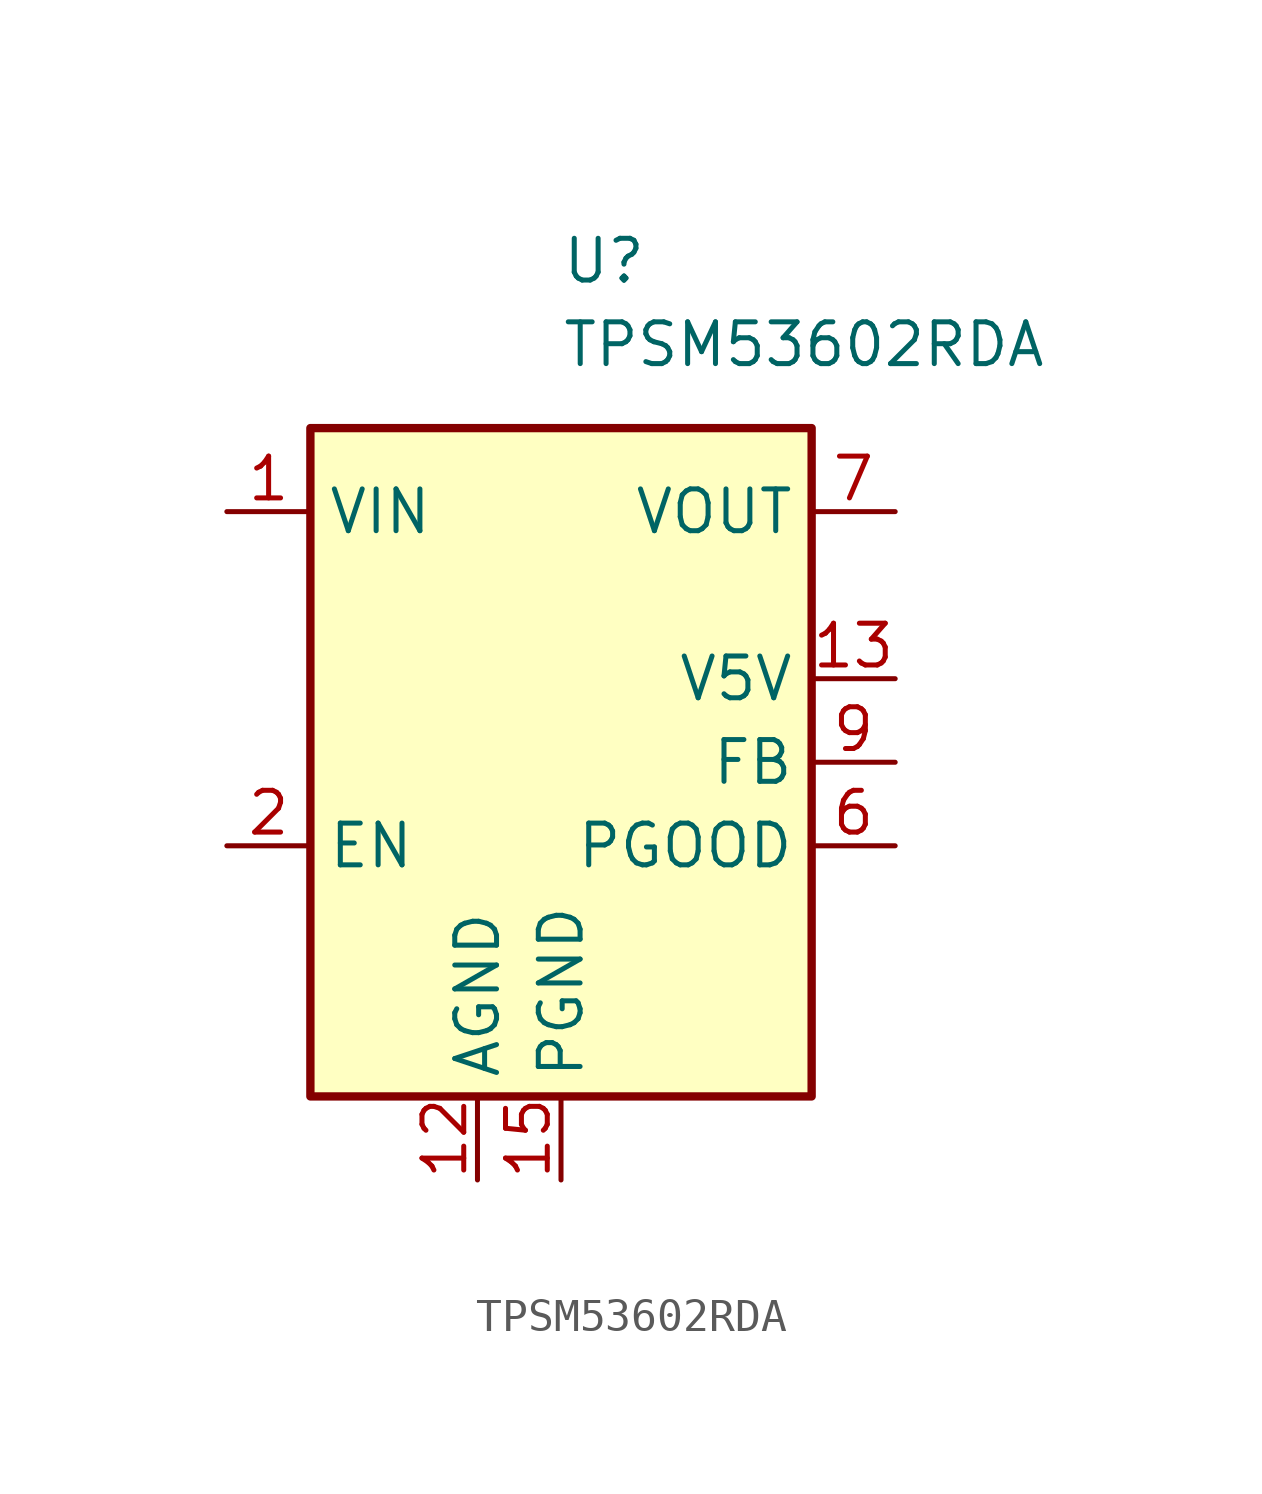
<source format=kicad_sym>
(kicad_symbol_lib
  (version 20200908)
  (generator kicad_symbol_editor)
  (symbol "Converter_DCDC:TPSM53602RDA"
    (property "Reference" "U"
      (at 0 15.24 0)
      (effects (font (size 1.27 1.27)) (justify left)))
    (property "Value" "TPSM53602RDA"
      (at 0 12.7 0)
      (effects (font (size 1.27 1.27)) (justify left)))
    (symbol "TPSM53602RDA_0_1"
      (rectangle (start 7.62 10.16) (end -7.62 -10.16) (stroke (width 0.254)) (fill (type background))))
    (symbol "TPSM53602RDA_1_1"
      (pin power_in line (at -10.16 7.62 0) (length 2.54) (name "VIN" (effects (font (size 1.27 1.27)))) (number "1" (effects (font (size 1.27 1.27)))))
      (pin passive line (at 0 -12.7 90) (length 2.54) hide (name "PGND" (effects (font (size 1.27 1.27)))) (number "10" (effects (font (size 1.27 1.27)))))
      (pin passive line (at 0 -12.7 90) (length 2.54) hide (name "PGND" (effects (font (size 1.27 1.27)))) (number "11" (effects (font (size 1.27 1.27)))))
      (pin power_in line (at -2.54 -12.7 90) (length 2.54) (name "AGND" (effects (font (size 1.27 1.27)))) (number "12" (effects (font (size 1.27 1.27)))))
      (pin output line (at 10.16 2.54 180) (length 2.54) (name "V5V" (effects (font (size 1.27 1.27)))) (number "13" (effects (font (size 1.27 1.27)))))
      (pin passive line (at -10.16 7.62 0) (length 2.54) hide (name "VIN" (effects (font (size 1.27 1.27)))) (number "14" (effects (font (size 1.27 1.27)))))
      (pin power_in line (at 0 -12.7 90) (length 2.54) (name "PGND" (effects (font (size 1.27 1.27)))) (number "15" (effects (font (size 1.27 1.27)))))
      (pin input line (at -10.16 -2.54 0) (length 2.54) (name "EN" (effects (font (size 1.27 1.27)))) (number "2" (effects (font (size 1.27 1.27)))))
      (pin passive line (at 0 -12.7 90) (length 2.54) hide (name "PGND" (effects (font (size 1.27 1.27)))) (number "3" (effects (font (size 1.27 1.27)))))
      (pin unconnected line (at -7.62 2.54 0) (length 2.54) hide (name "DNC" (effects (font (size 1.27 1.27)))) (number "4" (effects (font (size 1.27 1.27)))))
      (pin unconnected line (at -7.62 0 0) (length 2.54) hide (name "DNC" (effects (font (size 1.27 1.27)))) (number "5" (effects (font (size 1.27 1.27)))))
      (pin open_collector line (at 10.16 -2.54 180) (length 2.54) (name "PGOOD" (effects (font (size 1.27 1.27)))) (number "6" (effects (font (size 1.27 1.27)))))
      (pin power_out line (at 10.16 7.62 180) (length 2.54) (name "VOUT" (effects (font (size 1.27 1.27)))) (number "7" (effects (font (size 1.27 1.27)))))
      (pin passive line (at 10.16 7.62 180) (length 2.54) hide (name "VOUT" (effects (font (size 1.27 1.27)))) (number "8" (effects (font (size 1.27 1.27)))))
      (pin input line (at 10.16 0 180) (length 2.54) (name "FB" (effects (font (size 1.27 1.27)))) (number "9" (effects (font (size 1.27 1.27))))))))
</source>
